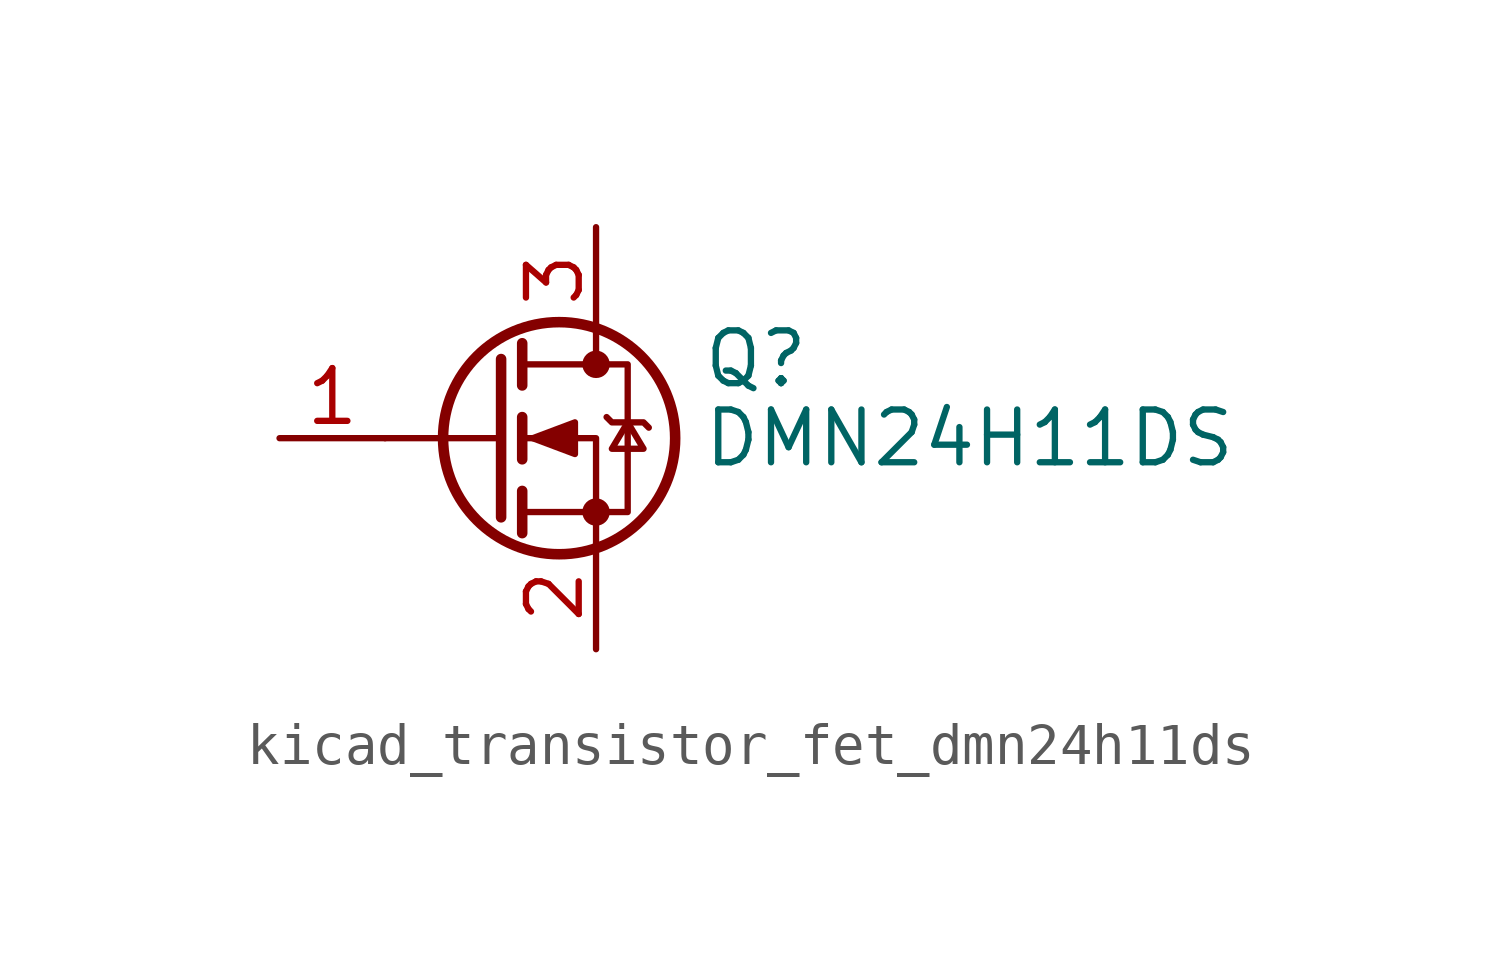
<source format=kicad_sym>
(kicad_symbol_lib
  (version 20220914)
  (generator kicad_symbol_editor)
  (symbol "kicad_transistor_fet_dmn24h11ds"
    (pin_names hide)
    (property "Reference" "Q"
      (at 5.08 1.905 0)
      (effects (font (size 1.27 1.27)) (justify left)))
    (property "Value" "DMN24H11DS"
      (at 5.08 0 0)
      (effects (font (size 1.27 1.27)) (justify left)))
    (symbol "kicad_transistor_fet_dmn24h11ds_0_1"
      (polyline (pts (xy 0.254 0) (xy -2.54 0)) (stroke (width 0) (type default)) (fill (type none)))
      (polyline (pts (xy 0.254 1.905) (xy 0.254 -1.905)) (stroke (width 0.254) (type default)) (fill (type none)))
      (polyline (pts (xy 0.762 -1.27) (xy 0.762 -2.286)) (stroke (width 0.254) (type default)) (fill (type none)))
      (polyline (pts (xy 0.762 0.508) (xy 0.762 -0.508)) (stroke (width 0.254) (type default)) (fill (type none)))
      (polyline (pts (xy 0.762 2.286) (xy 0.762 1.27)) (stroke (width 0.254) (type default)) (fill (type none)))
      (polyline (pts (xy 2.54 2.54) (xy 2.54 1.778)) (stroke (width 0) (type default)) (fill (type none)))
      (polyline (pts (xy 2.54 -2.54) (xy 2.54 0) (xy 0.762 0)) (stroke (width 0) (type default)) (fill (type none)))
      (polyline (pts (xy 0.762 -1.778) (xy 3.302 -1.778) (xy 3.302 1.778) (xy 0.762 1.778)) (stroke (width 0) (type default)) (fill (type none)))
      (polyline (pts (xy 1.016 0) (xy 2.032 0.381) (xy 2.032 -0.381) (xy 1.016 0)) (stroke (width 0) (type default)) (fill (type outline)))
      (polyline (pts (xy 2.794 0.508) (xy 2.921 0.381) (xy 3.683 0.381) (xy 3.81 0.254)) (stroke (width 0) (type default)) (fill (type none)))
      (polyline (pts (xy 3.302 0.381) (xy 2.921 -0.254) (xy 3.683 -0.254) (xy 3.302 0.381)) (stroke (width 0) (type default)) (fill (type none)))
      (circle (center 1.651 0) (radius 2.794) (stroke (width 0.254) (type default)) (fill (type none)))
      (circle (center 2.54 -1.778) (radius 0.254) (stroke (width 0) (type default)) (fill (type outline)))
      (circle (center 2.54 1.778) (radius 0.254) (stroke (width 0) (type default)) (fill (type outline))))
    (symbol "kicad_transistor_fet_dmn24h11ds_1_1"
      (pin input line (at -5.08 0 0) (length 2.54) (name "G" (effects (font (size 1.27 1.27)))) (number "1" (effects (font (size 1.27 1.27)))))
      (pin passive line (at 2.54 -5.08 90) (length 2.54) (name "S" (effects (font (size 1.27 1.27)))) (number "2" (effects (font (size 1.27 1.27)))))
      (pin passive line (at 2.54 5.08 270) (length 2.54) (name "D" (effects (font (size 1.27 1.27)))) (number "3" (effects (font (size 1.27 1.27))))))))
</source>
